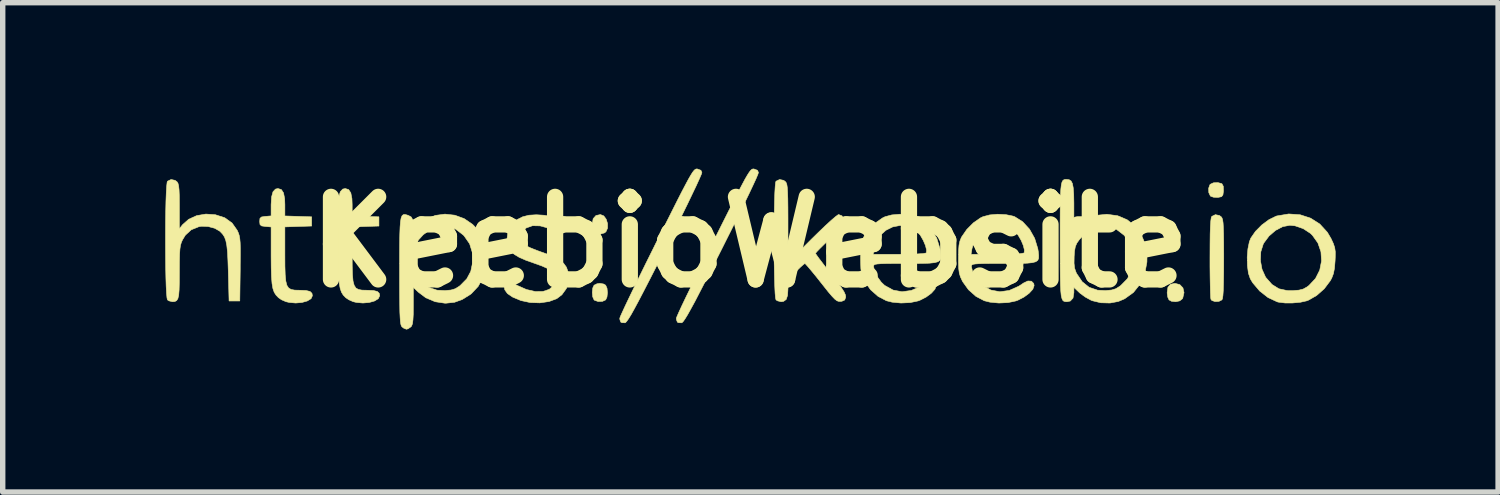
<source format=kicad_pcb>
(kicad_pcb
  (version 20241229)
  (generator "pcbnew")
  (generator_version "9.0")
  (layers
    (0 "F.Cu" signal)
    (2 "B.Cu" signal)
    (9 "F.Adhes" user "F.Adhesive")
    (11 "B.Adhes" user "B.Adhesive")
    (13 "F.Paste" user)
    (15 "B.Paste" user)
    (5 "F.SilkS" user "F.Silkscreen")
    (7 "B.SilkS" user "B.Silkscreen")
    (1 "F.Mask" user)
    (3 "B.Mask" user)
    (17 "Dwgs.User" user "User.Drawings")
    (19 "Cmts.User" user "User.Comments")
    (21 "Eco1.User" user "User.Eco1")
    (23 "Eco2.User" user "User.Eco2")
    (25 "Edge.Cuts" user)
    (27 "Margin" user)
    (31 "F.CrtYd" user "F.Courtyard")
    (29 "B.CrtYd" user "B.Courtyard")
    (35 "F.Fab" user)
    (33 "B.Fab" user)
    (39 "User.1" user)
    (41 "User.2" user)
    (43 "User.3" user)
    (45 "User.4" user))
  (footprint "KeebioWebsite"
    (layer "F.Cu")
    (at 10.788 1.418)
    (property "Reference" "KeebioWebsite" (at 0 0 0) (layer "F.SilkS") (effects (font (size 1.524 1.524) (thickness 0.3))))
    (attr through_hole)
    (fp_poly (pts (xy -2.694 -0.483) (xy -2.649 -0.422) (xy -2.624 -0.341) (xy -2.624 -0.258) (xy -2.653 -0.192) (xy -2.679 -0.17) (xy -2.77 -0.143) (xy -2.848 -0.157) (xy -2.873 -0.175) (xy -2.894 -0.223) (xy -2.906 -0.301) (xy -2.907 -0.329) (xy -2.89 -0.432) (xy -2.838 -0.49) (xy -2.756 -0.508) (xy -2.694 -0.483)) (stroke (width 0.01) (type solid)) (fill yes) (layer "F.SilkS"))
    (fp_poly (pts (xy 7.938 0.785) (xy 7.996 0.846) (xy 8.016 0.933) (xy 7.993 1.031) (xy 7.986 1.046) (xy 7.937 1.085) (xy 7.862 1.101) (xy 7.784 1.092) (xy 7.739 1.067) (xy 7.716 1.017) (xy 7.705 0.941) (xy 7.705 0.931) (xy 7.719 0.833) (xy 7.766 0.779) (xy 7.849 0.762) (xy 7.938 0.785)) (stroke (width 0.01) (type solid)) (fill yes) (layer "F.SilkS"))
    (fp_poly (pts (xy -2.697 0.774) (xy -2.659 0.796) (xy -2.634 0.852) (xy -2.626 0.934) (xy -2.635 1.015) (xy -2.659 1.067) (xy -2.72 1.095) (xy -2.799 1.097) (xy -2.866 1.073) (xy -2.873 1.067) (xy -2.898 1.011) (xy -2.906 0.929) (xy -2.897 0.847) (xy -2.873 0.796) (xy -2.82 0.77) (xy -2.766 0.762) (xy -2.697 0.774)) (stroke (width 0.01) (type solid)) (fill yes) (layer "F.SilkS"))
    (fp_poly (pts (xy 8.711 -1.079) (xy 8.716 -1.076) (xy 8.741 -1.029) (xy 8.744 -0.943) (xy 8.734 -0.871) (xy 8.709 -0.838) (xy 8.652 -0.826) (xy 8.636 -0.824) (xy 8.559 -0.828) (xy 8.505 -0.848) (xy 8.502 -0.851) (xy 8.473 -0.913) (xy 8.47 -0.993) (xy 8.494 -1.059) (xy 8.501 -1.067) (xy 8.559 -1.094) (xy 8.64 -1.098) (xy 8.711 -1.079)) (stroke (width 0.01) (type solid)) (fill yes) (layer "F.SilkS"))
    (fp_poly (pts (xy 8.67 -0.49) (xy 8.705 -0.464) (xy 8.718 -0.443) (xy 8.729 -0.408) (xy 8.737 -0.352) (xy 8.742 -0.268) (xy 8.746 -0.15) (xy 8.748 0.008) (xy 8.749 0.214) (xy 8.749 0.307) (xy 8.748 0.551) (xy 8.745 0.743) (xy 8.741 0.886) (xy 8.734 0.986) (xy 8.725 1.045) (xy 8.715 1.067) (xy 8.659 1.095) (xy 8.589 1.098) (xy 8.531 1.079) (xy 8.512 1.056) (xy 8.507 1.017) (xy 8.503 0.929) (xy 8.5 0.801) (xy 8.497 0.64) (xy 8.495 0.456) (xy 8.495 0.286) (xy 8.496 0.042) (xy 8.498 -0.15) (xy 8.503 -0.294) (xy 8.51 -0.393) (xy 8.519 -0.452) (xy 8.529 -0.474) (xy 8.595 -0.506) (xy 8.67 -0.49)) (stroke (width 0.01) (type solid)) (fill yes) (layer "F.SilkS"))
    (fp_poly (pts (xy -0.966 -1.349) (xy -0.901 -1.325) (xy -0.883 -1.284) (xy -0.894 -1.249) (xy -0.929 -1.168) (xy -0.984 -1.047) (xy -1.059 -0.89) (xy -1.149 -0.702) (xy -1.254 -0.488) (xy -1.37 -0.252) (xy -1.496 -0.001) (xy -1.56 0.127) (xy -1.716 0.436) (xy -1.85 0.698) (xy -1.962 0.915) (xy -2.055 1.093) (xy -2.13 1.232) (xy -2.189 1.338) (xy -2.235 1.413) (xy -2.269 1.461) (xy -2.292 1.486) (xy -2.301 1.49) (xy -2.357 1.488) (xy -2.379 1.478) (xy -2.396 1.435) (xy -2.399 1.406) (xy -2.387 1.372) (xy -2.351 1.292) (xy -2.295 1.171) (xy -2.22 1.014) (xy -2.13 0.827) (xy -2.025 0.613) (xy -1.909 0.377) (xy -1.784 0.126) (xy -1.721 -0.002) (xy -1.572 -0.298) (xy -1.447 -0.547) (xy -1.343 -0.754) (xy -1.257 -0.923) (xy -1.187 -1.056) (xy -1.132 -1.159) (xy -1.088 -1.235) (xy -1.055 -1.288) (xy -1.028 -1.322) (xy -1.007 -1.341) (xy -0.989 -1.349) (xy -0.972 -1.35) (xy -0.966 -1.349)) (stroke (width 0.01) (type solid)) (fill yes) (layer "F.SilkS"))
    (fp_poly (pts (xy 0.079 -1.349) (xy 0.143 -1.325) (xy 0.161 -1.284) (xy 0.15 -1.249) (xy 0.116 -1.168) (xy 0.06 -1.047) (xy -0.014 -0.89) (xy -0.105 -0.702) (xy -0.21 -0.488) (xy -0.326 -0.252) (xy -0.452 -0.001) (xy -0.516 0.127) (xy -0.672 0.436) (xy -0.806 0.698) (xy -0.918 0.915) (xy -1.01 1.093) (xy -1.086 1.232) (xy -1.145 1.338) (xy -1.191 1.413) (xy -1.224 1.461) (xy -1.248 1.486) (xy -1.257 1.49) (xy -1.313 1.488) (xy -1.335 1.478) (xy -1.352 1.435) (xy -1.355 1.406) (xy -1.342 1.372) (xy -1.307 1.292) (xy -1.251 1.171) (xy -1.176 1.014) (xy -1.085 0.827) (xy -0.981 0.613) (xy -0.865 0.377) (xy -0.74 0.126) (xy -0.676 -0.002) (xy -0.528 -0.298) (xy -0.403 -0.547) (xy -0.299 -0.754) (xy -0.213 -0.923) (xy -0.143 -1.056) (xy -0.088 -1.159) (xy -0.044 -1.235) (xy -0.01 -1.288) (xy 0.016 -1.322) (xy 0.037 -1.341) (xy 0.055 -1.349) (xy 0.072 -1.35) (xy 0.079 -1.349)) (stroke (width 0.01) (type solid)) (fill yes) (layer "F.SilkS"))
    (fp_poly (pts (xy -8.645 -0.969) (xy -8.605 -0.908) (xy -8.584 -0.801) (xy -8.58 -0.691) (xy -8.58 -0.482) (xy -8.333 -0.474) (xy -8.086 -0.466) (xy -8.086 -0.296) (xy -8.333 -0.288) (xy -8.58 -0.28) (xy -8.58 0.238) (xy -8.579 0.446) (xy -8.574 0.604) (xy -8.563 0.719) (xy -8.543 0.798) (xy -8.511 0.848) (xy -8.464 0.875) (xy -8.398 0.887) (xy -8.313 0.889) (xy -8.307 0.889) (xy -8.188 0.894) (xy -8.115 0.912) (xy -8.08 0.946) (xy -8.072 0.991) (xy -8.097 1.045) (xy -8.166 1.087) (xy -8.265 1.115) (xy -8.381 1.125) (xy -8.502 1.114) (xy -8.561 1.1) (xy -8.643 1.064) (xy -8.699 1.025) (xy -8.743 0.979) (xy -8.777 0.926) (xy -8.801 0.857) (xy -8.817 0.764) (xy -8.827 0.639) (xy -8.832 0.474) (xy -8.834 0.26) (xy -8.834 -0.279) (xy -8.939 -0.288) (xy -9.009 -0.298) (xy -9.039 -0.323) (xy -9.045 -0.377) (xy -9.045 -0.381) (xy -9.04 -0.437) (xy -9.012 -0.463) (xy -8.945 -0.474) (xy -8.939 -0.474) (xy -8.834 -0.483) (xy -8.834 -0.691) (xy -8.825 -0.835) (xy -8.799 -0.929) (xy -8.753 -0.978) (xy -8.707 -0.988) (xy -8.645 -0.969)) (stroke (width 0.01) (type solid)) (fill yes) (layer "F.SilkS"))
    (fp_poly (pts (xy -7.403 -0.969) (xy -7.363 -0.908) (xy -7.342 -0.801) (xy -7.338 -0.691) (xy -7.338 -0.482) (xy -7.091 -0.474) (xy -6.844 -0.466) (xy -6.844 -0.296) (xy -7.091 -0.288) (xy -7.338 -0.28) (xy -7.338 0.238) (xy -7.337 0.446) (xy -7.332 0.604) (xy -7.322 0.719) (xy -7.301 0.798) (xy -7.269 0.848) (xy -7.222 0.875) (xy -7.157 0.887) (xy -7.071 0.889) (xy -7.065 0.889) (xy -6.946 0.894) (xy -6.873 0.912) (xy -6.838 0.946) (xy -6.83 0.991) (xy -6.856 1.045) (xy -6.924 1.087) (xy -7.023 1.115) (xy -7.14 1.125) (xy -7.261 1.114) (xy -7.32 1.1) (xy -7.401 1.064) (xy -7.458 1.025) (xy -7.502 0.979) (xy -7.535 0.926) (xy -7.559 0.857) (xy -7.576 0.764) (xy -7.585 0.639) (xy -7.59 0.474) (xy -7.592 0.26) (xy -7.592 0.257) (xy -7.592 -0.279) (xy -7.698 -0.288) (xy -7.767 -0.298) (xy -7.797 -0.323) (xy -7.803 -0.377) (xy -7.803 -0.381) (xy -7.798 -0.437) (xy -7.77 -0.463) (xy -7.703 -0.474) (xy -7.698 -0.474) (xy -7.592 -0.483) (xy -7.592 -0.691) (xy -7.584 -0.835) (xy -7.557 -0.929) (xy -7.512 -0.978) (xy -7.465 -0.988) (xy -7.403 -0.969)) (stroke (width 0.01) (type solid)) (fill yes) (layer "F.SilkS"))
    (fp_poly (pts (xy 10.16 -0.504) (xy 10.353 -0.441) (xy 10.522 -0.333) (xy 10.661 -0.181) (xy 10.729 -0.066) (xy 10.772 0.027) (xy 10.797 0.102) (xy 10.808 0.179) (xy 10.807 0.28) (xy 10.804 0.348) (xy 10.793 0.482) (xy 10.774 0.581) (xy 10.743 0.663) (xy 10.716 0.713) (xy 10.604 0.862) (xy 10.462 0.987) (xy 10.309 1.074) (xy 10.279 1.085) (xy 10.163 1.111) (xy 10.021 1.124) (xy 9.879 1.124) (xy 9.759 1.109) (xy 9.736 1.103) (xy 9.568 1.025) (xy 9.413 0.904) (xy 9.284 0.752) (xy 9.239 0.677) (xy 9.204 0.574) (xy 9.186 0.434) (xy 9.184 0.341) (xy 9.426 0.341) (xy 9.455 0.501) (xy 9.518 0.641) (xy 9.527 0.655) (xy 9.64 0.783) (xy 9.767 0.862) (xy 9.919 0.895) (xy 10.024 0.896) (xy 10.137 0.887) (xy 10.216 0.867) (xy 10.283 0.83) (xy 10.321 0.802) (xy 10.443 0.672) (xy 10.521 0.517) (xy 10.554 0.349) (xy 10.543 0.179) (xy 10.487 0.017) (xy 10.386 -0.125) (xy 10.349 -0.161) (xy 10.216 -0.248) (xy 10.065 -0.3) (xy 9.969 -0.31) (xy 9.838 -0.285) (xy 9.706 -0.216) (xy 9.585 -0.112) (xy 9.489 0.017) (xy 9.477 0.04) (xy 9.433 0.18) (xy 9.426 0.341) (xy 9.184 0.341) (xy 9.182 0.279) (xy 9.195 0.126) (xy 9.222 -0.006) (xy 9.249 -0.074) (xy 9.335 -0.198) (xy 9.452 -0.316) (xy 9.583 -0.413) (xy 9.711 -0.476) (xy 9.728 -0.482) (xy 9.949 -0.519) (xy 10.16 -0.504)) (stroke (width 0.01) (type solid)) (fill yes) (layer "F.SilkS"))
    (fp_poly (pts (xy -3.792 -0.495) (xy -3.653 -0.47) (xy -3.53 -0.432) (xy -3.436 -0.383) (xy -3.384 -0.325) (xy -3.379 -0.313) (xy -3.384 -0.248) (xy -3.423 -0.196) (xy -3.478 -0.177) (xy -3.497 -0.18) (xy -3.547 -0.198) (xy -3.63 -0.227) (xy -3.697 -0.252) (xy -3.869 -0.299) (xy -4.009 -0.302) (xy -4.124 -0.261) (xy -4.187 -0.212) (xy -4.226 -0.137) (xy -4.227 -0.048) (xy -4.19 0.029) (xy -4.181 0.039) (xy -4.132 0.068) (xy -4.044 0.108) (xy -3.932 0.153) (xy -3.86 0.179) (xy -3.697 0.238) (xy -3.579 0.289) (xy -3.494 0.339) (xy -3.434 0.394) (xy -3.386 0.46) (xy -3.385 0.46) (xy -3.339 0.587) (xy -3.339 0.724) (xy -3.384 0.857) (xy -3.467 0.972) (xy -3.561 1.044) (xy -3.703 1.097) (xy -3.874 1.122) (xy -4.053 1.116) (xy -4.22 1.08) (xy -4.229 1.077) (xy -4.377 1.015) (xy -4.472 0.95) (xy -4.521 0.881) (xy -4.53 0.83) (xy -4.514 0.764) (xy -4.467 0.739) (xy -4.384 0.757) (xy -4.292 0.8) (xy -4.12 0.876) (xy -3.959 0.913) (xy -3.816 0.911) (xy -3.699 0.872) (xy -3.613 0.796) (xy -3.57 0.7) (xy -3.57 0.63) (xy -3.611 0.565) (xy -3.696 0.504) (xy -3.831 0.443) (xy -3.953 0.399) (xy -4.128 0.337) (xy -4.256 0.281) (xy -4.347 0.226) (xy -4.408 0.166) (xy -4.448 0.097) (xy -4.449 0.093) (xy -4.481 -0.05) (xy -4.462 -0.19) (xy -4.396 -0.316) (xy -4.289 -0.417) (xy -4.19 -0.467) (xy -4.074 -0.496) (xy -3.937 -0.504) (xy -3.792 -0.495)) (stroke (width 0.01) (type solid)) (fill yes) (layer "F.SilkS"))
    (fp_poly (pts (xy -10.606 -1.139) (xy -10.571 -1.113) (xy -10.553 -1.085) (xy -10.541 -1.038) (xy -10.533 -0.963) (xy -10.528 -0.851) (xy -10.527 -0.693) (xy -10.527 -0.657) (xy -10.527 -0.246) (xy -10.468 -0.321) (xy -10.355 -0.421) (xy -10.208 -0.488) (xy -10.038 -0.517) (xy -9.864 -0.505) (xy -9.69 -0.449) (xy -9.555 -0.352) (xy -9.46 -0.217) (xy -9.458 -0.213) (xy -9.437 -0.166) (xy -9.422 -0.119) (xy -9.412 -0.063) (xy -9.405 0.011) (xy -9.402 0.111) (xy -9.402 0.247) (xy -9.404 0.428) (xy -9.404 0.502) (xy -9.412 1.087) (xy -9.61 1.087) (xy -9.624 0.55) (xy -9.631 0.342) (xy -9.639 0.182) (xy -9.652 0.062) (xy -9.67 -0.028) (xy -9.695 -0.095) (xy -9.73 -0.148) (xy -9.775 -0.195) (xy -9.783 -0.202) (xy -9.875 -0.255) (xy -9.995 -0.287) (xy -10.118 -0.292) (xy -10.164 -0.285) (xy -10.308 -0.227) (xy -10.417 -0.127) (xy -10.47 -0.04) (xy -10.491 0.008) (xy -10.507 0.062) (xy -10.517 0.13) (xy -10.523 0.223) (xy -10.526 0.352) (xy -10.527 0.525) (xy -10.527 0.554) (xy -10.528 0.743) (xy -10.532 0.883) (xy -10.54 0.981) (xy -10.555 1.044) (xy -10.578 1.08) (xy -10.611 1.097) (xy -10.654 1.101) (xy -10.719 1.085) (xy -10.747 1.067) (xy -10.756 1.03) (xy -10.764 0.944) (xy -10.771 0.818) (xy -10.776 0.657) (xy -10.78 0.471) (xy -10.782 0.267) (xy -10.783 0.053) (xy -10.783 -0.165) (xy -10.782 -0.377) (xy -10.779 -0.578) (xy -10.775 -0.758) (xy -10.769 -0.91) (xy -10.762 -1.027) (xy -10.754 -1.101) (xy -10.747 -1.123) (xy -10.68 -1.155) (xy -10.606 -1.139)) (stroke (width 0.01) (type solid)) (fill yes) (layer "F.SilkS"))
    (fp_poly (pts (xy 0.627 -1.139) (xy 0.661 -1.113) (xy 0.675 -1.092) (xy 0.686 -1.057) (xy 0.694 -1.001) (xy 0.699 -0.917) (xy 0.703 -0.799) (xy 0.705 -0.64) (xy 0.706 -0.434) (xy 0.706 -0.344) (xy 0.706 0.38) (xy 1.15 -0.064) (xy 1.282 -0.193) (xy 1.401 -0.307) (xy 1.504 -0.401) (xy 1.582 -0.468) (xy 1.631 -0.504) (xy 1.641 -0.508) (xy 1.703 -0.484) (xy 1.739 -0.424) (xy 1.739 -0.356) (xy 1.712 -0.311) (xy 1.653 -0.238) (xy 1.568 -0.148) (xy 1.469 -0.049) (xy 1.468 -0.049) (xy 1.371 0.044) (xy 1.291 0.123) (xy 1.236 0.18) (xy 1.214 0.208) (xy 1.214 0.208) (xy 1.23 0.235) (xy 1.276 0.299) (xy 1.346 0.39) (xy 1.433 0.503) (xy 1.497 0.584) (xy 1.611 0.73) (xy 1.691 0.84) (xy 1.742 0.92) (xy 1.767 0.977) (xy 1.772 1.015) (xy 1.753 1.069) (xy 1.702 1.092) (xy 1.679 1.095) (xy 1.644 1.095) (xy 1.611 1.084) (xy 1.571 1.054) (xy 1.52 1.001) (xy 1.449 0.918) (xy 1.354 0.798) (xy 1.315 0.749) (xy 1.22 0.629) (xy 1.136 0.527) (xy 1.07 0.449) (xy 1.029 0.404) (xy 1.018 0.395) (xy 0.991 0.414) (xy 0.936 0.463) (xy 0.864 0.533) (xy 0.853 0.544) (xy 0.777 0.623) (xy 0.733 0.68) (xy 0.712 0.734) (xy 0.706 0.804) (xy 0.706 0.863) (xy 0.698 0.984) (xy 0.673 1.059) (xy 0.625 1.094) (xy 0.579 1.101) (xy 0.514 1.085) (xy 0.485 1.067) (xy 0.476 1.03) (xy 0.468 0.944) (xy 0.462 0.818) (xy 0.457 0.657) (xy 0.453 0.471) (xy 0.45 0.267) (xy 0.449 0.053) (xy 0.449 -0.165) (xy 0.451 -0.377) (xy 0.454 -0.578) (xy 0.458 -0.758) (xy 0.463 -0.91) (xy 0.47 -1.027) (xy 0.478 -1.101) (xy 0.485 -1.123) (xy 0.552 -1.155) (xy 0.627 -1.139)) (stroke (width 0.01) (type solid)) (fill yes) (layer "F.SilkS"))
    (fp_poly (pts (xy -5.444 -0.496) (xy -5.271 -0.433) (xy -5.116 -0.327) (xy -5.055 -0.265) (xy -4.948 -0.105) (xy -4.882 0.078) (xy -4.857 0.272) (xy -4.87 0.468) (xy -4.922 0.653) (xy -5.012 0.818) (xy -5.138 0.952) (xy -5.159 0.968) (xy -5.307 1.06) (xy -5.448 1.111) (xy -5.604 1.128) (xy -5.627 1.128) (xy -5.806 1.101) (xy -5.979 1.028) (xy -6.117 0.924) (xy -6.209 0.836) (xy -6.209 1.178) (xy -6.21 1.331) (xy -6.216 1.437) (xy -6.225 1.507) (xy -6.241 1.549) (xy -6.253 1.564) (xy -6.305 1.6) (xy -6.336 1.609) (xy -6.385 1.59) (xy -6.419 1.564) (xy -6.431 1.546) (xy -6.44 1.516) (xy -6.448 1.466) (xy -6.453 1.393) (xy -6.458 1.29) (xy -6.46 1.151) (xy -6.462 0.972) (xy -6.463 0.746) (xy -6.463 0.538) (xy -6.463 0.391) (xy -6.206 0.391) (xy -6.196 0.481) (xy -6.169 0.558) (xy -6.158 0.581) (xy -6.055 0.733) (xy -5.927 0.835) (xy -5.772 0.888) (xy -5.624 0.895) (xy -5.514 0.885) (xy -5.434 0.861) (xy -5.362 0.816) (xy -5.342 0.8) (xy -5.222 0.678) (xy -5.149 0.541) (xy -5.117 0.389) (xy -5.119 0.197) (xy -5.17 0.032) (xy -5.27 -0.112) (xy -5.288 -0.131) (xy -5.43 -0.24) (xy -5.58 -0.295) (xy -5.732 -0.295) (xy -5.882 -0.242) (xy -6.027 -0.135) (xy -6.107 -0.047) (xy -6.154 0.019) (xy -6.182 0.083) (xy -6.197 0.167) (xy -6.204 0.266) (xy -6.206 0.391) (xy -6.463 0.391) (xy -6.463 0.262) (xy -6.462 0.037) (xy -6.459 -0.14) (xy -6.454 -0.277) (xy -6.446 -0.377) (xy -6.434 -0.445) (xy -6.417 -0.486) (xy -6.394 -0.506) (xy -6.365 -0.51) (xy -6.329 -0.501) (xy -6.299 -0.491) (xy -6.248 -0.463) (xy -6.221 -0.414) (xy -6.209 -0.343) (xy -6.195 -0.221) (xy -6.11 -0.312) (xy -5.969 -0.425) (xy -5.803 -0.492) (xy -5.625 -0.516) (xy -5.444 -0.496)) (stroke (width 0.01) (type solid)) (fill yes) (layer "F.SilkS"))
    (fp_poly (pts (xy 2.923 -0.506) (xy 3.054 -0.479) (xy 3.082 -0.469) (xy 3.231 -0.375) (xy 3.357 -0.238) (xy 3.453 -0.069) (xy 3.511 0.121) (xy 3.52 0.176) (xy 3.527 0.245) (xy 3.526 0.298) (xy 3.51 0.336) (xy 3.474 0.363) (xy 3.41 0.38) (xy 3.312 0.39) (xy 3.173 0.394) (xy 2.988 0.395) (xy 2.875 0.395) (xy 2.679 0.395) (xy 2.532 0.396) (xy 2.427 0.399) (xy 2.357 0.404) (xy 2.315 0.411) (xy 2.294 0.423) (xy 2.287 0.439) (xy 2.286 0.453) (xy 2.306 0.541) (xy 2.357 0.644) (xy 2.428 0.741) (xy 2.49 0.8) (xy 2.646 0.886) (xy 2.811 0.917) (xy 2.983 0.893) (xy 3.161 0.814) (xy 3.249 0.755) (xy 3.328 0.718) (xy 3.394 0.722) (xy 3.436 0.764) (xy 3.443 0.804) (xy 3.418 0.871) (xy 3.352 0.944) (xy 3.256 1.015) (xy 3.143 1.073) (xy 3.108 1.086) (xy 2.962 1.117) (xy 2.792 1.125) (xy 2.627 1.109) (xy 2.523 1.083) (xy 2.369 1.002) (xy 2.23 0.879) (xy 2.124 0.73) (xy 2.116 0.716) (xy 2.083 0.643) (xy 2.062 0.573) (xy 2.051 0.488) (xy 2.047 0.372) (xy 2.046 0.296) (xy 2.047 0.226) (xy 2.279 0.226) (xy 2.76 0.226) (xy 2.946 0.224) (xy 3.094 0.219) (xy 3.198 0.212) (xy 3.253 0.202) (xy 3.26 0.197) (xy 3.264 0.146) (xy 3.244 0.065) (xy 3.204 -0.029) (xy 3.153 -0.119) (xy 3.14 -0.137) (xy 3.034 -0.238) (xy 2.908 -0.293) (xy 2.773 -0.306) (xy 2.638 -0.28) (xy 2.512 -0.217) (xy 2.406 -0.121) (xy 2.329 0.005) (xy 2.295 0.123) (xy 2.279 0.226) (xy 2.047 0.226) (xy 2.049 0.156) (xy 2.057 0.056) (xy 2.073 -0.018) (xy 2.099 -0.083) (xy 2.107 -0.099) (xy 2.2 -0.232) (xy 2.321 -0.354) (xy 2.451 -0.445) (xy 2.498 -0.468) (xy 2.621 -0.501) (xy 2.77 -0.514) (xy 2.923 -0.506)) (stroke (width 0.01) (type solid)) (fill yes) (layer "F.SilkS"))
    (fp_poly (pts (xy 4.729 -0.506) (xy 4.86 -0.479) (xy 4.889 -0.469) (xy 5.038 -0.375) (xy 5.164 -0.238) (xy 5.259 -0.069) (xy 5.317 0.121) (xy 5.326 0.176) (xy 5.333 0.245) (xy 5.332 0.298) (xy 5.317 0.336) (xy 5.28 0.363) (xy 5.216 0.38) (xy 5.118 0.39) (xy 4.98 0.394) (xy 4.794 0.395) (xy 4.681 0.395) (xy 4.485 0.395) (xy 4.338 0.396) (xy 4.233 0.399) (xy 4.163 0.404) (xy 4.121 0.411) (xy 4.1 0.423) (xy 4.093 0.439) (xy 4.092 0.453) (xy 4.112 0.541) (xy 4.164 0.644) (xy 4.234 0.741) (xy 4.297 0.8) (xy 4.452 0.886) (xy 4.617 0.917) (xy 4.79 0.893) (xy 4.967 0.814) (xy 5.056 0.755) (xy 5.134 0.718) (xy 5.2 0.722) (xy 5.242 0.764) (xy 5.249 0.804) (xy 5.225 0.871) (xy 5.158 0.944) (xy 5.062 1.015) (xy 4.949 1.073) (xy 4.914 1.086) (xy 4.768 1.117) (xy 4.598 1.125) (xy 4.433 1.109) (xy 4.329 1.083) (xy 4.175 1.002) (xy 4.037 0.879) (xy 3.93 0.73) (xy 3.923 0.716) (xy 3.889 0.643) (xy 3.868 0.573) (xy 3.857 0.488) (xy 3.853 0.372) (xy 3.853 0.296) (xy 3.854 0.226) (xy 4.085 0.226) (xy 4.567 0.226) (xy 4.752 0.224) (xy 4.9 0.219) (xy 5.004 0.212) (xy 5.059 0.202) (xy 5.066 0.197) (xy 5.07 0.146) (xy 5.05 0.065) (xy 5.011 -0.029) (xy 4.959 -0.119) (xy 4.946 -0.137) (xy 4.84 -0.238) (xy 4.715 -0.293) (xy 4.579 -0.306) (xy 4.444 -0.28) (xy 4.319 -0.217) (xy 4.212 -0.121) (xy 4.135 0.005) (xy 4.102 0.123) (xy 4.085 0.226) (xy 3.854 0.226) (xy 3.855 0.156) (xy 3.863 0.056) (xy 3.879 -0.018) (xy 3.905 -0.083) (xy 3.914 -0.099) (xy 4.006 -0.232) (xy 4.127 -0.354) (xy 4.257 -0.445) (xy 4.304 -0.468) (xy 4.427 -0.501) (xy 4.577 -0.514) (xy 4.729 -0.506)) (stroke (width 0.01) (type solid)) (fill yes) (layer "F.SilkS"))
    (fp_poly (pts (xy 5.895 -1.151) (xy 5.931 -1.128) (xy 5.956 -1.08) (xy 5.971 -1.001) (xy 5.98 -0.883) (xy 5.983 -0.719) (xy 5.983 -0.641) (xy 5.983 -0.214) (xy 6.089 -0.317) (xy 6.236 -0.43) (xy 6.401 -0.494) (xy 6.592 -0.513) (xy 6.791 -0.486) (xy 6.966 -0.412) (xy 7.112 -0.296) (xy 7.225 -0.143) (xy 7.3 0.04) (xy 7.333 0.248) (xy 7.331 0.369) (xy 7.291 0.585) (xy 7.207 0.774) (xy 7.082 0.93) (xy 6.921 1.046) (xy 6.804 1.096) (xy 6.649 1.125) (xy 6.479 1.12) (xy 6.321 1.082) (xy 6.294 1.07) (xy 6.194 1.015) (xy 6.099 0.946) (xy 6.075 0.924) (xy 5.983 0.836) (xy 5.983 0.934) (xy 5.967 1.034) (xy 5.917 1.088) (xy 5.856 1.101) (xy 5.824 1.099) (xy 5.798 1.092) (xy 5.778 1.075) (xy 5.762 1.04) (xy 5.749 0.985) (xy 5.741 0.903) (xy 5.735 0.79) (xy 5.732 0.64) (xy 5.73 0.448) (xy 5.73 0.391) (xy 5.986 0.391) (xy 5.996 0.481) (xy 6.023 0.558) (xy 6.034 0.581) (xy 6.137 0.733) (xy 6.265 0.835) (xy 6.42 0.888) (xy 6.568 0.895) (xy 6.678 0.885) (xy 6.758 0.861) (xy 6.83 0.816) (xy 6.85 0.8) (xy 6.97 0.678) (xy 7.043 0.541) (xy 7.075 0.389) (xy 7.073 0.197) (xy 7.022 0.032) (xy 6.922 -0.112) (xy 6.904 -0.131) (xy 6.762 -0.24) (xy 6.612 -0.295) (xy 6.46 -0.295) (xy 6.31 -0.242) (xy 6.165 -0.135) (xy 6.085 -0.047) (xy 6.038 0.019) (xy 6.01 0.083) (xy 5.995 0.167) (xy 5.988 0.266) (xy 5.986 0.391) (xy 5.73 0.391) (xy 5.729 0.209) (xy 5.729 -0.028) (xy 5.729 -0.31) (xy 5.73 -0.541) (xy 5.732 -0.725) (xy 5.736 -0.869) (xy 5.742 -0.976) (xy 5.751 -1.053) (xy 5.763 -1.104) (xy 5.779 -1.135) (xy 5.8 -1.151) (xy 5.825 -1.157) (xy 5.846 -1.157) (xy 5.895 -1.151)) (stroke (width 0.01) (type solid)) (fill yes) (layer "F.SilkS")))
  (gr_rect
    (start -3 -3)
    (end 24.601 6.032)
    (stroke (width 0.1) (type default))
    (fill no)
    (layer "Edge.Cuts")))
</source>
